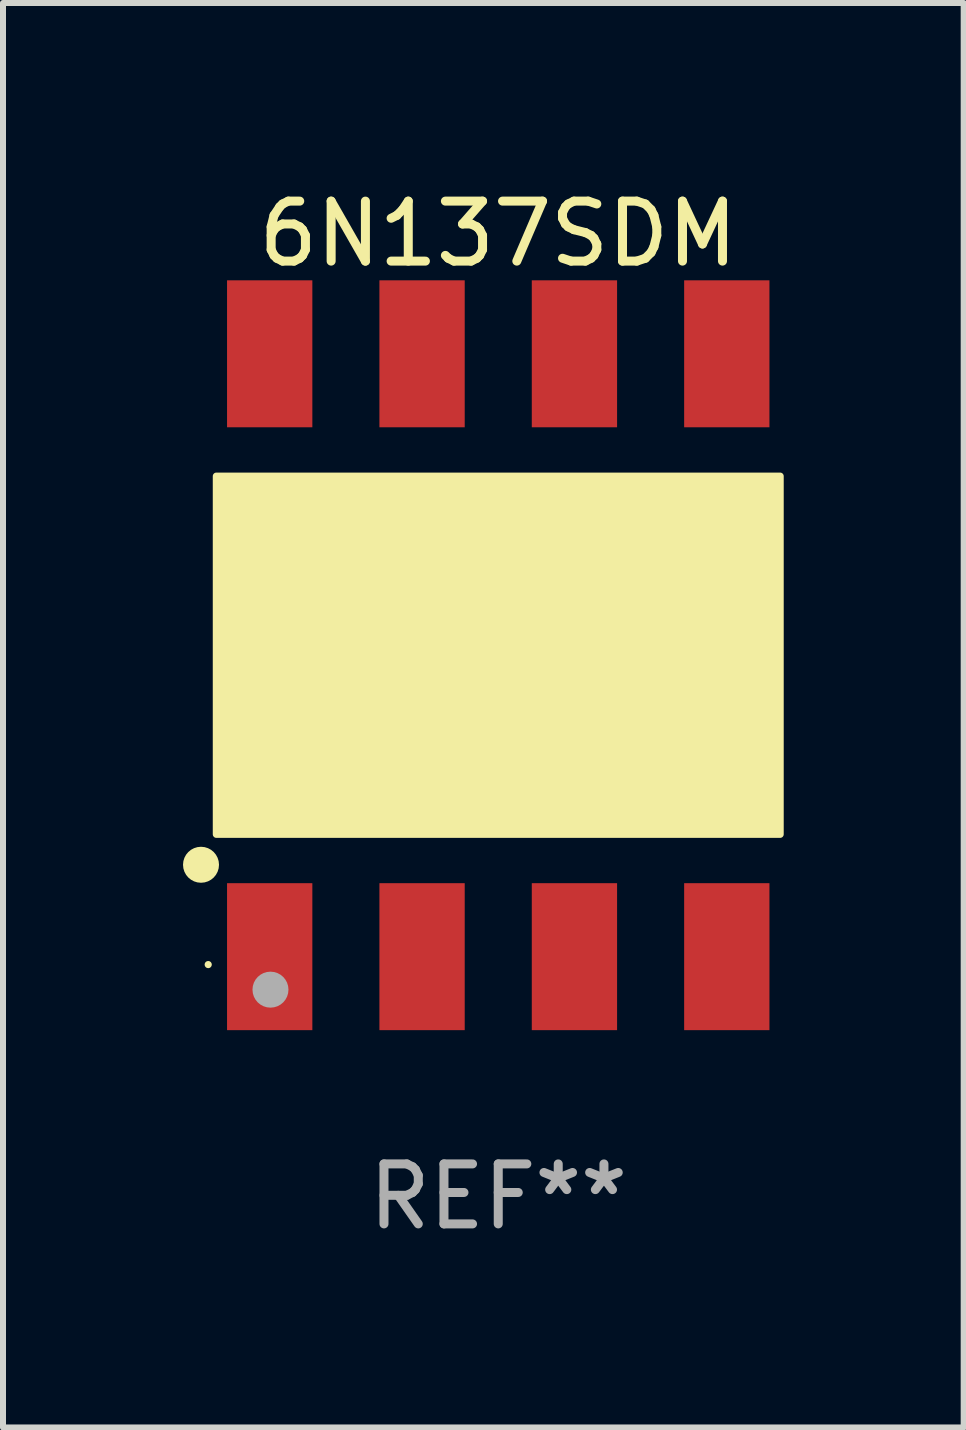
<source format=kicad_pcb>
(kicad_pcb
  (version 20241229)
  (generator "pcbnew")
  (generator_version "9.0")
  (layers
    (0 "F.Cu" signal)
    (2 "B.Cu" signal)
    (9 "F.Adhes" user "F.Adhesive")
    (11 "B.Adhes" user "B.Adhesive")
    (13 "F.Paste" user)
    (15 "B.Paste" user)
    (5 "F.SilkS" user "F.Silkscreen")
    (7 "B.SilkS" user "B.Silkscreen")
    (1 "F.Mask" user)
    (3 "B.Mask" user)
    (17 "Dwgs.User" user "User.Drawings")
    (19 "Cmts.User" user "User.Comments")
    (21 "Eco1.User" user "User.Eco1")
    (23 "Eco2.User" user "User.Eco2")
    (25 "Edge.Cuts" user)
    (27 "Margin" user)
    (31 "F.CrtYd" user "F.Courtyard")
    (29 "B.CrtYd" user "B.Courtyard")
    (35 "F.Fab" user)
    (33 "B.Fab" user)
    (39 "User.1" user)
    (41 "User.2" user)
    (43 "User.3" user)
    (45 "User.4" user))
  (footprint "6N137SDM"
    (layer "F.Cu")
    (at 5.256 7.873)
    (property "Reference" "6N137SDM" (at 0 -7.025 0) (layer "F.SilkS") (effects (font (size 1 1) (thickness 0.15))))
    (attr through_hole)
    (fp_circle (center -4.955 3.493) (end -4.805 3.493) (stroke (width 0.3) (type solid)) (fill no) (layer "F.SilkS"))
    (fp_circle (center -4.835 5.157) (end -4.805 5.157) (stroke (width 0.06) (type solid)) (fill no) (layer "F.SilkS"))
    (fp_poly (pts (xy -4.699 -2.985) (xy 4.699 -2.985) (xy 4.699 2.985) (xy -4.699 2.985)) (stroke (width 0.12) (type solid)) (fill yes) (layer "F.SilkS"))
    (fp_circle (center -3.797 5.575) (end -3.647 5.575) (stroke (width 0.3) (type solid)) (fill no) (layer "F.Fab"))
    (fp_text user "REF**" (at 0 9.025 0) (layer "F.Fab") (effects (font (size 1 1) (thickness 0.15))))
    (pad "1" smd rect (at -3.81 5.025) (size 1.422 2.45) (layers "F.Cu" "F.Mask" "F.Paste"))
    (pad "2" smd rect (at -1.27 5.025) (size 1.422 2.45) (layers "F.Cu" "F.Mask" "F.Paste"))
    (pad "3" smd rect (at 1.27 5.025) (size 1.422 2.45) (layers "F.Cu" "F.Mask" "F.Paste"))
    (pad "4" smd rect (at 3.81 5.025) (size 1.422 2.45) (layers "F.Cu" "F.Mask" "F.Paste"))
    (pad "5" smd rect (at 3.81 -5.025) (size 1.422 2.45) (layers "F.Cu" "F.Mask" "F.Paste"))
    (pad "6" smd rect (at 1.27 -5.025) (size 1.422 2.45) (layers "F.Cu" "F.Mask" "F.Paste"))
    (pad "7" smd rect (at -1.27 -5.025) (size 1.422 2.45) (layers "F.Cu" "F.Mask" "F.Paste"))
    (pad "8" smd rect (at -3.81 -5.025) (size 1.422 2.45) (layers "F.Cu" "F.Mask" "F.Paste")))
  (gr_rect
    (start -3 -3)
    (end 13.015 20.746)
    (stroke (width 0.1) (type default))
    (fill no)
    (layer "Edge.Cuts")))
</source>
